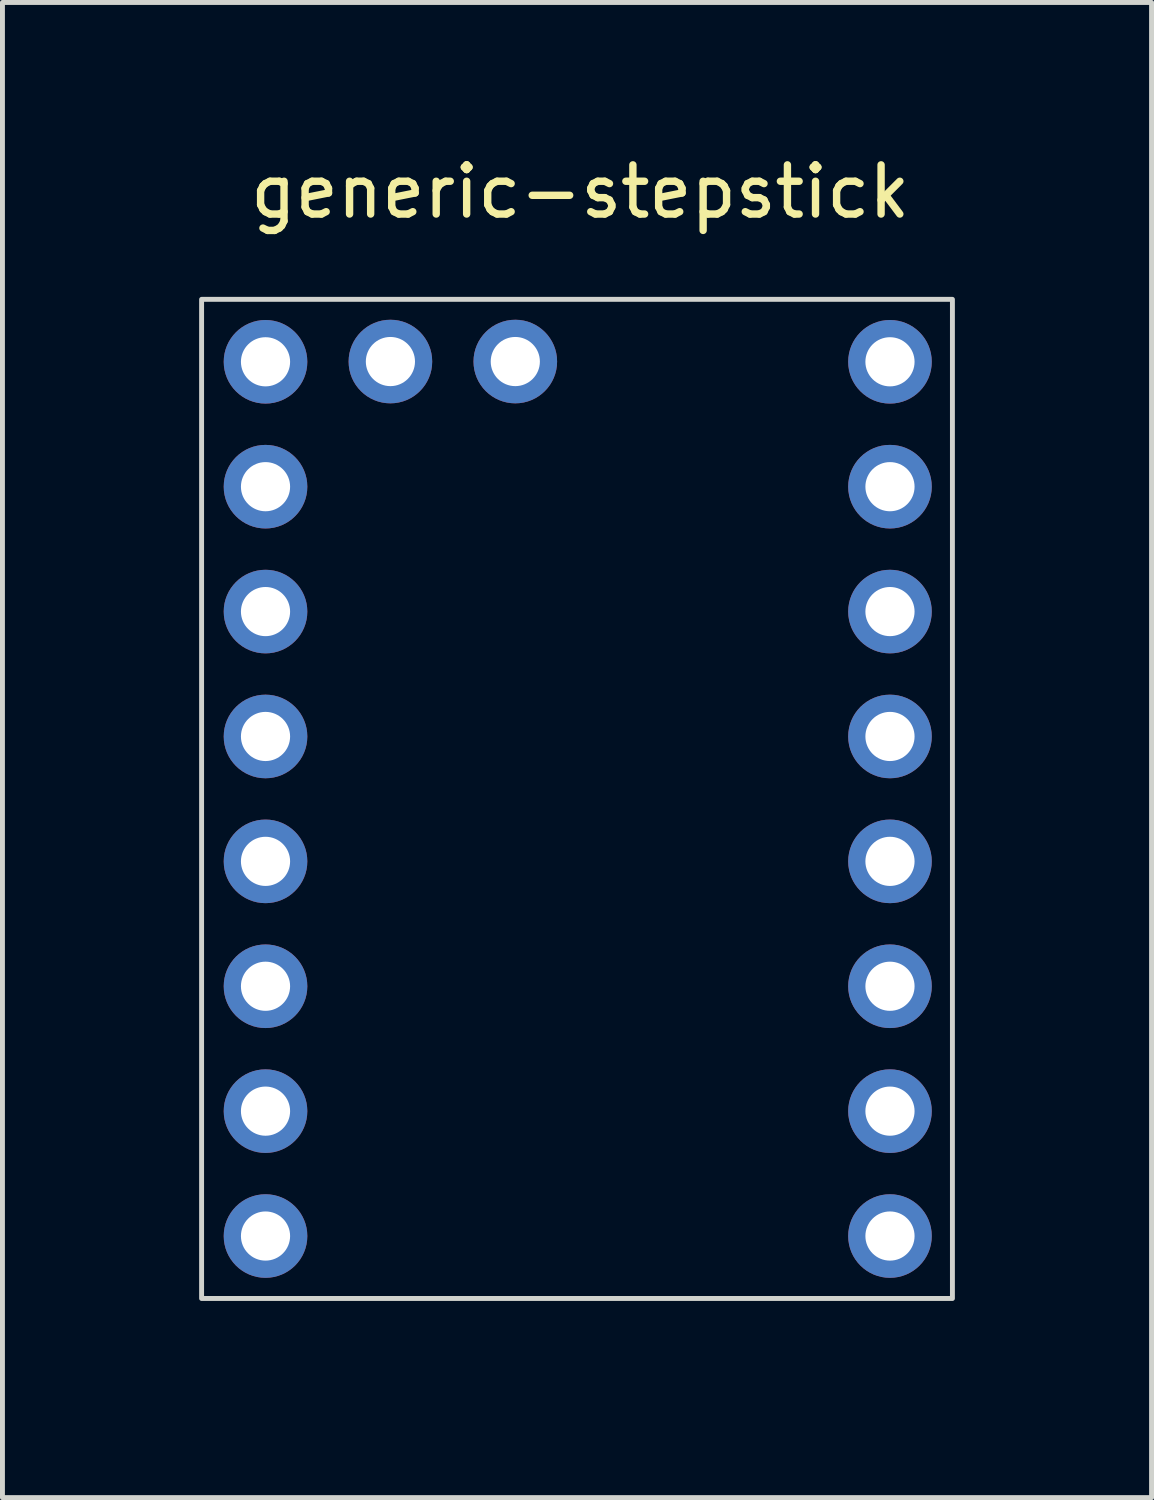
<source format=kicad_pcb>
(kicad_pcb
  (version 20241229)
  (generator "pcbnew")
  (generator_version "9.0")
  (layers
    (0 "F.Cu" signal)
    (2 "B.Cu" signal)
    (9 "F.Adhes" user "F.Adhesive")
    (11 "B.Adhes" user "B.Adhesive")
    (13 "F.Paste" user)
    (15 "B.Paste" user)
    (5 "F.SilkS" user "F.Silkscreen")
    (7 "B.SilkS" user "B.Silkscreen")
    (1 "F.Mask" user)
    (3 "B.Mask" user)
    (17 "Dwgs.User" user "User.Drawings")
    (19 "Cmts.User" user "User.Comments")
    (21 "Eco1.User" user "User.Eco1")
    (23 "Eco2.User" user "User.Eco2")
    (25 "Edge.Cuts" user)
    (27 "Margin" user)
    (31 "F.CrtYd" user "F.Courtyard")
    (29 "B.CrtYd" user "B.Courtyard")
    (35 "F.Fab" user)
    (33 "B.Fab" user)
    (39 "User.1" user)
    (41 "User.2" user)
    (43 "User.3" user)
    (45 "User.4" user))
  (footprint "generic-stepstick"
    (layer "F.Cu")
    (at 8.75 1.348)
    (property "Reference" "generic-stepstick" (at 0 -0.5 0) (unlocked yes) (layer "F.SilkS") (effects (font (size 1 1) (thickness 0.15))))
    (attr through_hole)
    (fp_rect (start -7.7 1.69) (end 7.57 22.01) (stroke (width 0.1) (type default)) (fill no) (layer "Edge.Cuts"))
    (fp_rect (start -8.7 0.69) (end 8.57 23.01) (stroke (width 0.1) (type default)) (fill no) (layer "Margin"))
    (fp_text user "${REFERENCE}" (at 0 11.9 0) (unlocked yes) (layer "User.1") (effects (font (size 1 1) (thickness 0.15))))
    (pad "1" thru_hole circle (at -6.4 2.96 180) (size 1.7 1.7) (drill 1) (layers "*.Cu" "*.Mask"))
    (pad "2" thru_hole oval (at -6.4 5.5 180) (size 1.7 1.7) (drill 1) (layers "*.Cu" "*.Mask"))
    (pad "3" thru_hole oval (at -6.4 8.04 180) (size 1.7 1.7) (drill 1) (layers "*.Cu" "*.Mask"))
    (pad "4" thru_hole oval (at -6.4 10.58 180) (size 1.7 1.7) (drill 1) (layers "*.Cu" "*.Mask"))
    (pad "5" thru_hole oval (at -6.4 13.12 180) (size 1.7 1.7) (drill 1) (layers "*.Cu" "*.Mask"))
    (pad "6" thru_hole oval (at -6.4 15.66 180) (size 1.7 1.7) (drill 1) (layers "*.Cu" "*.Mask"))
    (pad "7" thru_hole oval (at -6.4 18.2 180) (size 1.7 1.7) (drill 1) (layers "*.Cu" "*.Mask"))
    (pad "8" thru_hole oval (at -6.4 20.74 180) (size 1.7 1.7) (drill 1) (layers "*.Cu" "*.Mask"))
    (pad "9" thru_hole circle (at 6.3 2.96 180) (size 1.7 1.7) (drill 1) (layers "*.Cu" "*.Mask"))
    (pad "10" thru_hole oval (at 6.3 5.5 180) (size 1.7 1.7) (drill 1) (layers "*.Cu" "*.Mask"))
    (pad "11" thru_hole oval (at 6.3 8.04 180) (size 1.7 1.7) (drill 1) (layers "*.Cu" "*.Mask"))
    (pad "12" thru_hole oval (at 6.3 10.58 180) (size 1.7 1.7) (drill 1) (layers "*.Cu" "*.Mask"))
    (pad "13" thru_hole oval (at 6.3 13.12 180) (size 1.7 1.7) (drill 1) (layers "*.Cu" "*.Mask"))
    (pad "14" thru_hole oval (at 6.3 15.66 180) (size 1.7 1.7) (drill 1) (layers "*.Cu" "*.Mask"))
    (pad "15" thru_hole oval (at 6.3 18.2 180) (size 1.7 1.7) (drill 1) (layers "*.Cu" "*.Mask"))
    (pad "16" thru_hole oval (at 6.3 20.74 180) (size 1.7 1.7) (drill 1) (layers "*.Cu" "*.Mask"))
    (pad "17" thru_hole circle (at -3.86 2.955 270) (size 1.7 1.7) (drill 1) (layers "*.Cu" "*.Mask"))
    (pad "18" thru_hole oval (at -1.32 2.955 270) (size 1.7 1.7) (drill 1) (layers "*.Cu" "*.Mask")))
  (gr_rect
    (start -3 -3)
    (end 20.37 27.408)
    (stroke (width 0.1) (type default))
    (fill no)
    (layer "Edge.Cuts")))
</source>
